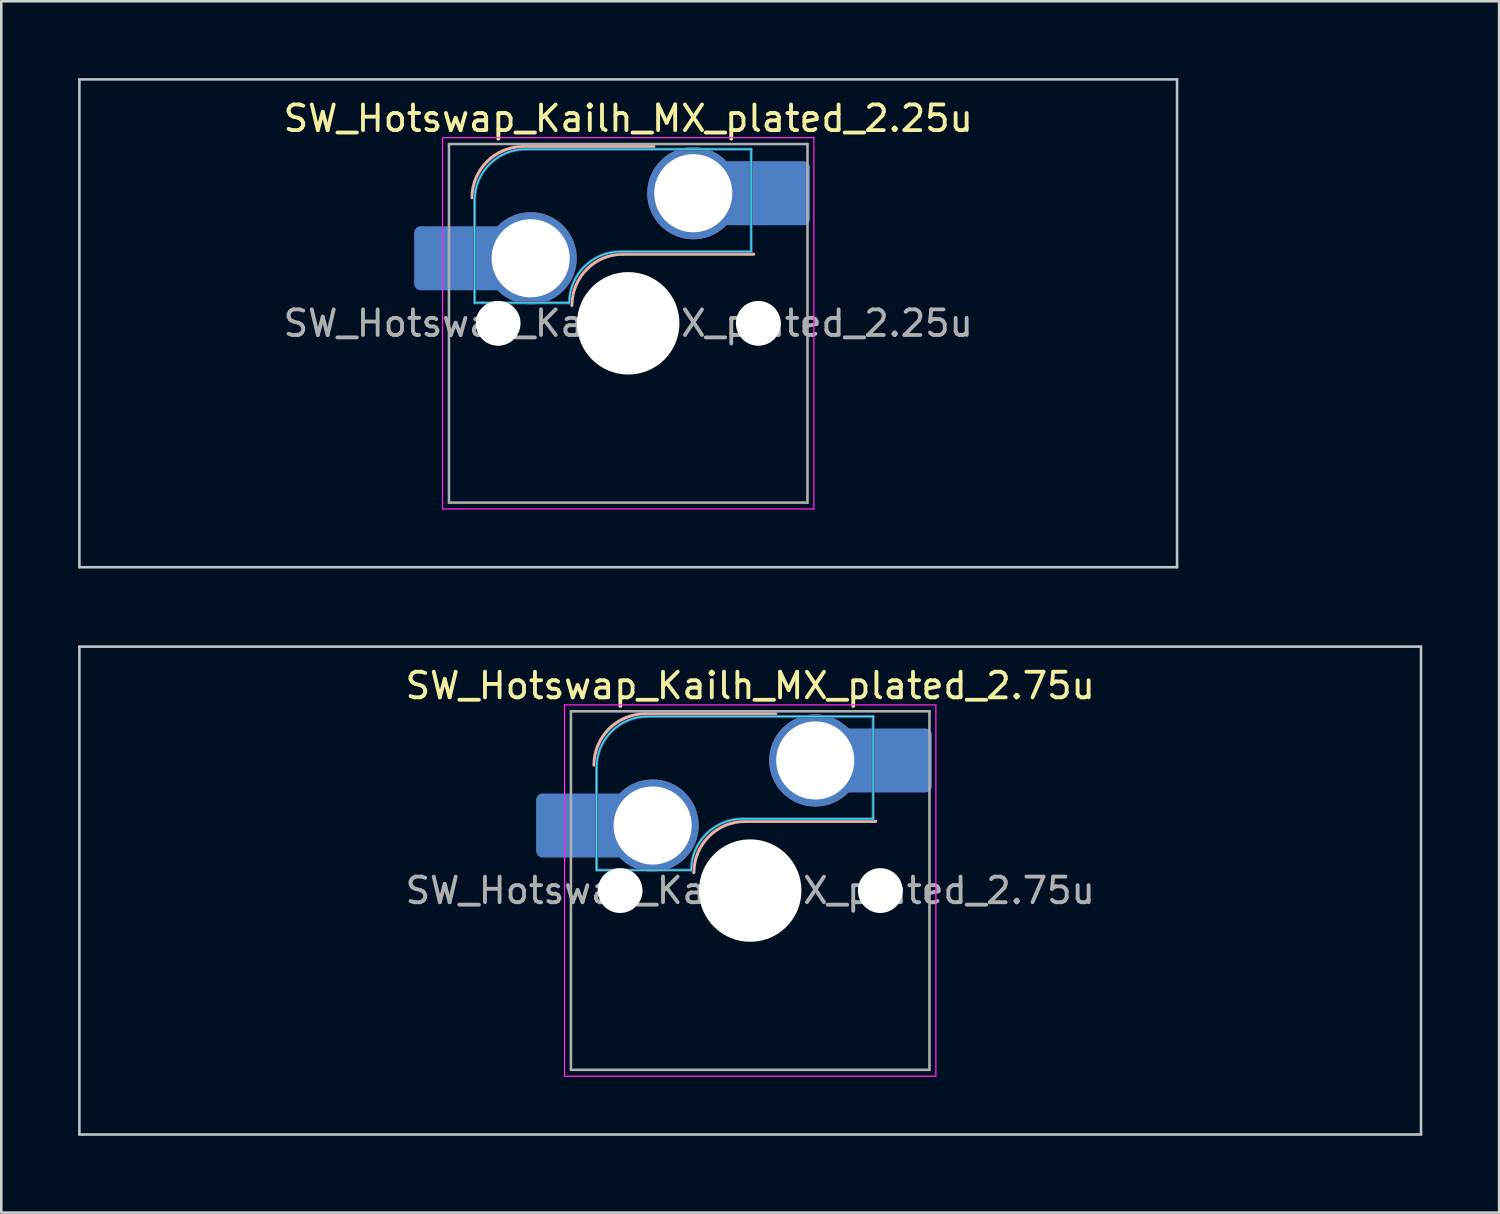
<source format=kicad_pcb>
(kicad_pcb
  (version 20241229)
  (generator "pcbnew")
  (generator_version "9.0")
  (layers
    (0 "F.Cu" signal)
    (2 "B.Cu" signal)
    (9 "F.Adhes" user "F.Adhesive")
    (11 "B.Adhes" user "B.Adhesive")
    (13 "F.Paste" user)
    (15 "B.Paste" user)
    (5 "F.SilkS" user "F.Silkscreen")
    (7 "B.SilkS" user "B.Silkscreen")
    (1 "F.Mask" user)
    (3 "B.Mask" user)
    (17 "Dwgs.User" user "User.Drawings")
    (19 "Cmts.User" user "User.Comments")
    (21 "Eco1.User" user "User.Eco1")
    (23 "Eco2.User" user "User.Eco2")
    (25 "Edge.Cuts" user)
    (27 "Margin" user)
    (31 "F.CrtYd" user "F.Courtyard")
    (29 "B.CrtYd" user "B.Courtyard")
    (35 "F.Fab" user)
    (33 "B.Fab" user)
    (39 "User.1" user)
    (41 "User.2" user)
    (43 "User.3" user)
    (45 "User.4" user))
  (footprint "SW_Hotswap_Kailh_MX_plated_2.25u"
    (layer "F.Cu")
    (at 21.481 9.575)
    (property "Reference" "SW_Hotswap_Kailh_MX_plated_2.25u" (at 0 -8 0) (layer "F.SilkS") (effects (font (size 1 1) (thickness 0.15))))
    (attr smd)
    (fp_line (start -4.1 -6.9) (end 1 -6.9) (stroke (width 0.12) (type solid)) (layer "B.SilkS"))
    (fp_line (start -0.2 -2.7) (end 4.9 -2.7) (stroke (width 0.12) (type solid)) (layer "B.SilkS"))
    (fp_arc (start -6.1 -4.9) (mid -5.514214 -6.314214) (end -4.1 -6.9) (stroke (width 0.12) (type solid)) (layer "B.SilkS"))
    (fp_arc (start -2.2 -0.7) (mid -1.614214 -2.114214) (end -0.2 -2.7) (stroke (width 0.12) (type solid)) (layer "B.SilkS"))
    (fp_line (start -21.431 -9.525) (end -21.431 9.525) (stroke (width 0.1) (type solid)) (layer "Dwgs.User"))
    (fp_line (start -21.431 9.525) (end 21.431 9.525) (stroke (width 0.1) (type solid)) (layer "Dwgs.User"))
    (fp_line (start 21.431 -9.525) (end -21.431 -9.525) (stroke (width 0.1) (type solid)) (layer "Dwgs.User"))
    (fp_line (start 21.431 9.525) (end 21.431 -9.525) (stroke (width 0.1) (type solid)) (layer "Dwgs.User"))
    (fp_line (start -7.8 -6) (end -7 -6) (stroke (width 0.1) (type solid)) (layer "Eco1.User"))
    (fp_line (start -7.8 -2.9) (end -7.8 -6) (stroke (width 0.1) (type solid)) (layer "Eco1.User"))
    (fp_line (start -7.8 2.9) (end -7 2.9) (stroke (width 0.1) (type solid)) (layer "Eco1.User"))
    (fp_line (start -7.8 6) (end -7.8 2.9) (stroke (width 0.1) (type solid)) (layer "Eco1.User"))
    (fp_line (start -7 -7) (end 7 -7) (stroke (width 0.1) (type solid)) (layer "Eco1.User"))
    (fp_line (start -7 -6) (end -7 -7) (stroke (width 0.1) (type solid)) (layer "Eco1.User"))
    (fp_line (start -7 -2.9) (end -7.8 -2.9) (stroke (width 0.1) (type solid)) (layer "Eco1.User"))
    (fp_line (start -7 2.9) (end -7 -2.9) (stroke (width 0.1) (type solid)) (layer "Eco1.User"))
    (fp_line (start -7 6) (end -7.8 6) (stroke (width 0.1) (type solid)) (layer "Eco1.User"))
    (fp_line (start -7 7) (end -7 6) (stroke (width 0.1) (type solid)) (layer "Eco1.User"))
    (fp_line (start 7 -7) (end 7 -6) (stroke (width 0.1) (type solid)) (layer "Eco1.User"))
    (fp_line (start 7 -6) (end 7.8 -6) (stroke (width 0.1) (type solid)) (layer "Eco1.User"))
    (fp_line (start 7 -2.9) (end 7 2.9) (stroke (width 0.1) (type solid)) (layer "Eco1.User"))
    (fp_line (start 7 2.9) (end 7.8 2.9) (stroke (width 0.1) (type solid)) (layer "Eco1.User"))
    (fp_line (start 7 6) (end 7 7) (stroke (width 0.1) (type solid)) (layer "Eco1.User"))
    (fp_line (start 7 7) (end -7 7) (stroke (width 0.1) (type solid)) (layer "Eco1.User"))
    (fp_line (start 7.8 -6) (end 7.8 -2.9) (stroke (width 0.1) (type solid)) (layer "Eco1.User"))
    (fp_line (start 7.8 -2.9) (end 7 -2.9) (stroke (width 0.1) (type solid)) (layer "Eco1.User"))
    (fp_line (start 7.8 2.9) (end 7.8 6) (stroke (width 0.1) (type solid)) (layer "Eco1.User"))
    (fp_line (start 7.8 6) (end 7 6) (stroke (width 0.1) (type solid)) (layer "Eco1.User"))
    (fp_line (start -6 -0.8) (end -6 -4.8) (stroke (width 0.05) (type solid)) (layer "B.CrtYd"))
    (fp_line (start -6 -0.8) (end -2.3 -0.8) (stroke (width 0.05) (type solid)) (layer "B.CrtYd"))
    (fp_line (start -4 -6.8) (end 4.8 -6.8) (stroke (width 0.05) (type solid)) (layer "B.CrtYd"))
    (fp_line (start -0.3 -2.8) (end 4.8 -2.8) (stroke (width 0.05) (type solid)) (layer "B.CrtYd"))
    (fp_line (start 4.8 -6.8) (end 4.8 -2.8) (stroke (width 0.05) (type solid)) (layer "B.CrtYd"))
    (fp_arc (start -6 -4.8) (mid -5.414214 -6.214214) (end -4 -6.8) (stroke (width 0.05) (type solid)) (layer "B.CrtYd"))
    (fp_arc (start -2.3 -0.8) (mid -1.714214 -2.214214) (end -0.3 -2.8) (stroke (width 0.05) (type solid)) (layer "B.CrtYd"))
    (fp_line (start -7.25 -7.25) (end -7.25 7.25) (stroke (width 0.05) (type solid)) (layer "F.CrtYd"))
    (fp_line (start -7.25 7.25) (end 7.25 7.25) (stroke (width 0.05) (type solid)) (layer "F.CrtYd"))
    (fp_line (start 7.25 -7.25) (end -7.25 -7.25) (stroke (width 0.05) (type solid)) (layer "F.CrtYd"))
    (fp_line (start 7.25 7.25) (end 7.25 -7.25) (stroke (width 0.05) (type solid)) (layer "F.CrtYd"))
    (fp_line (start -6 -0.8) (end -6 -4.8) (stroke (width 0.12) (type solid)) (layer "B.Fab"))
    (fp_line (start -6 -0.8) (end -2.3 -0.8) (stroke (width 0.12) (type solid)) (layer "B.Fab"))
    (fp_line (start -4 -6.8) (end 4.8 -6.8) (stroke (width 0.12) (type solid)) (layer "B.Fab"))
    (fp_line (start -0.3 -2.8) (end 4.8 -2.8) (stroke (width 0.12) (type solid)) (layer "B.Fab"))
    (fp_line (start 4.8 -6.8) (end 4.8 -2.8) (stroke (width 0.12) (type solid)) (layer "B.Fab"))
    (fp_arc (start -6 -4.8) (mid -5.414214 -6.214214) (end -4 -6.8) (stroke (width 0.12) (type solid)) (layer "B.Fab"))
    (fp_arc (start -2.3 -0.8) (mid -1.714214 -2.214214) (end -0.3 -2.8) (stroke (width 0.12) (type solid)) (layer "B.Fab"))
    (fp_line (start -7 -7) (end -7 7) (stroke (width 0.1) (type solid)) (layer "F.Fab"))
    (fp_line (start -7 7) (end 7 7) (stroke (width 0.1) (type solid)) (layer "F.Fab"))
    (fp_line (start 7 -7) (end -7 -7) (stroke (width 0.1) (type solid)) (layer "F.Fab"))
    (fp_line (start 7 7) (end 7 -7) (stroke (width 0.1) (type solid)) (layer "F.Fab"))
    (fp_text user "${REFERENCE}" (at 0 0 0) (layer "F.Fab") (effects (font (size 1 1) (thickness 0.15))))
    (pad "" smd roundrect (at -7.085 -2.54) (size 2.55 2.5) (layers "B.Mask" "B.Paste") (roundrect_rratio 0.1))
    (pad "" np_thru_hole circle (at -5.08 0) (size 1.75 1.75) (drill 1.75) (layers "*.Cu" "*.Mask"))
    (pad "" smd circle (at -3.81 -2.54) (size 3.1 3.1) (layers "F.Mask"))
    (pad "" np_thru_hole circle (at 0 0) (size 4 4) (drill 4) (layers "*.Cu" "*.Mask"))
    (pad "" smd circle (at 2.54 -5.08) (size 3.1 3.1) (layers "F.Mask"))
    (pad "" np_thru_hole circle (at 5.08 0) (size 1.75 1.75) (drill 1.75) (layers "*.Cu" "*.Mask"))
    (pad "" smd roundrect (at 5.842 -5.08) (size 2.55 2.5) (layers "B.Mask" "B.Paste") (roundrect_rratio 0.1))
    (pad "1" smd roundrect (at -6.585 -2.54) (size 3.55 2.5) (layers "B.Cu") (roundrect_rratio 0.1))
    (pad "1" thru_hole circle (at -3.81 -2.54) (size 3.6 3.6) (drill 3.05) (layers "*.Cu" "B.Mask"))
    (pad "2" thru_hole circle (at 2.54 -5.08) (size 3.6 3.6) (drill 3.05) (layers "*.Cu" "B.Mask"))
    (pad "2" smd roundrect (at 5.32 -5.08) (size 3.55 2.5) (layers "B.Cu") (roundrect_rratio 0.1)))
  (footprint "SW_Hotswap_Kailh_MX_plated_2.75u"
    (layer "F.Cu")
    (at 26.244 31.725)
    (property "Reference" "SW_Hotswap_Kailh_MX_plated_2.75u" (at 0 -8 0) (layer "F.SilkS") (effects (font (size 1 1) (thickness 0.15))))
    (attr smd)
    (fp_line (start -4.1 -6.9) (end 1 -6.9) (stroke (width 0.12) (type solid)) (layer "B.SilkS"))
    (fp_line (start -0.2 -2.7) (end 4.9 -2.7) (stroke (width 0.12) (type solid)) (layer "B.SilkS"))
    (fp_arc (start -6.1 -4.9) (mid -5.514214 -6.314214) (end -4.1 -6.9) (stroke (width 0.12) (type solid)) (layer "B.SilkS"))
    (fp_arc (start -2.2 -0.7) (mid -1.614214 -2.114214) (end -0.2 -2.7) (stroke (width 0.12) (type solid)) (layer "B.SilkS"))
    (fp_line (start -26.194 -9.525) (end -26.194 9.525) (stroke (width 0.1) (type solid)) (layer "Dwgs.User"))
    (fp_line (start -26.194 9.525) (end 26.194 9.525) (stroke (width 0.1) (type solid)) (layer "Dwgs.User"))
    (fp_line (start 26.194 -9.525) (end -26.194 -9.525) (stroke (width 0.1) (type solid)) (layer "Dwgs.User"))
    (fp_line (start 26.194 9.525) (end 26.194 -9.525) (stroke (width 0.1) (type solid)) (layer "Dwgs.User"))
    (fp_line (start -7.8 -6) (end -7 -6) (stroke (width 0.1) (type solid)) (layer "Eco1.User"))
    (fp_line (start -7.8 -2.9) (end -7.8 -6) (stroke (width 0.1) (type solid)) (layer "Eco1.User"))
    (fp_line (start -7.8 2.9) (end -7 2.9) (stroke (width 0.1) (type solid)) (layer "Eco1.User"))
    (fp_line (start -7.8 6) (end -7.8 2.9) (stroke (width 0.1) (type solid)) (layer "Eco1.User"))
    (fp_line (start -7 -7) (end 7 -7) (stroke (width 0.1) (type solid)) (layer "Eco1.User"))
    (fp_line (start -7 -6) (end -7 -7) (stroke (width 0.1) (type solid)) (layer "Eco1.User"))
    (fp_line (start -7 -2.9) (end -7.8 -2.9) (stroke (width 0.1) (type solid)) (layer "Eco1.User"))
    (fp_line (start -7 2.9) (end -7 -2.9) (stroke (width 0.1) (type solid)) (layer "Eco1.User"))
    (fp_line (start -7 6) (end -7.8 6) (stroke (width 0.1) (type solid)) (layer "Eco1.User"))
    (fp_line (start -7 7) (end -7 6) (stroke (width 0.1) (type solid)) (layer "Eco1.User"))
    (fp_line (start 7 -7) (end 7 -6) (stroke (width 0.1) (type solid)) (layer "Eco1.User"))
    (fp_line (start 7 -6) (end 7.8 -6) (stroke (width 0.1) (type solid)) (layer "Eco1.User"))
    (fp_line (start 7 -2.9) (end 7 2.9) (stroke (width 0.1) (type solid)) (layer "Eco1.User"))
    (fp_line (start 7 2.9) (end 7.8 2.9) (stroke (width 0.1) (type solid)) (layer "Eco1.User"))
    (fp_line (start 7 6) (end 7 7) (stroke (width 0.1) (type solid)) (layer "Eco1.User"))
    (fp_line (start 7 7) (end -7 7) (stroke (width 0.1) (type solid)) (layer "Eco1.User"))
    (fp_line (start 7.8 -6) (end 7.8 -2.9) (stroke (width 0.1) (type solid)) (layer "Eco1.User"))
    (fp_line (start 7.8 -2.9) (end 7 -2.9) (stroke (width 0.1) (type solid)) (layer "Eco1.User"))
    (fp_line (start 7.8 2.9) (end 7.8 6) (stroke (width 0.1) (type solid)) (layer "Eco1.User"))
    (fp_line (start 7.8 6) (end 7 6) (stroke (width 0.1) (type solid)) (layer "Eco1.User"))
    (fp_line (start -6 -0.8) (end -6 -4.8) (stroke (width 0.05) (type solid)) (layer "B.CrtYd"))
    (fp_line (start -6 -0.8) (end -2.3 -0.8) (stroke (width 0.05) (type solid)) (layer "B.CrtYd"))
    (fp_line (start -4 -6.8) (end 4.8 -6.8) (stroke (width 0.05) (type solid)) (layer "B.CrtYd"))
    (fp_line (start -0.3 -2.8) (end 4.8 -2.8) (stroke (width 0.05) (type solid)) (layer "B.CrtYd"))
    (fp_line (start 4.8 -6.8) (end 4.8 -2.8) (stroke (width 0.05) (type solid)) (layer "B.CrtYd"))
    (fp_arc (start -6 -4.8) (mid -5.414214 -6.214214) (end -4 -6.8) (stroke (width 0.05) (type solid)) (layer "B.CrtYd"))
    (fp_arc (start -2.3 -0.8) (mid -1.714214 -2.214214) (end -0.3 -2.8) (stroke (width 0.05) (type solid)) (layer "B.CrtYd"))
    (fp_line (start -7.25 -7.25) (end -7.25 7.25) (stroke (width 0.05) (type solid)) (layer "F.CrtYd"))
    (fp_line (start -7.25 7.25) (end 7.25 7.25) (stroke (width 0.05) (type solid)) (layer "F.CrtYd"))
    (fp_line (start 7.25 -7.25) (end -7.25 -7.25) (stroke (width 0.05) (type solid)) (layer "F.CrtYd"))
    (fp_line (start 7.25 7.25) (end 7.25 -7.25) (stroke (width 0.05) (type solid)) (layer "F.CrtYd"))
    (fp_line (start -6 -0.8) (end -6 -4.8) (stroke (width 0.12) (type solid)) (layer "B.Fab"))
    (fp_line (start -6 -0.8) (end -2.3 -0.8) (stroke (width 0.12) (type solid)) (layer "B.Fab"))
    (fp_line (start -4 -6.8) (end 4.8 -6.8) (stroke (width 0.12) (type solid)) (layer "B.Fab"))
    (fp_line (start -0.3 -2.8) (end 4.8 -2.8) (stroke (width 0.12) (type solid)) (layer "B.Fab"))
    (fp_line (start 4.8 -6.8) (end 4.8 -2.8) (stroke (width 0.12) (type solid)) (layer "B.Fab"))
    (fp_arc (start -6 -4.8) (mid -5.414214 -6.214214) (end -4 -6.8) (stroke (width 0.12) (type solid)) (layer "B.Fab"))
    (fp_arc (start -2.3 -0.8) (mid -1.714214 -2.214214) (end -0.3 -2.8) (stroke (width 0.12) (type solid)) (layer "B.Fab"))
    (fp_line (start -7 -7) (end -7 7) (stroke (width 0.1) (type solid)) (layer "F.Fab"))
    (fp_line (start -7 7) (end 7 7) (stroke (width 0.1) (type solid)) (layer "F.Fab"))
    (fp_line (start 7 -7) (end -7 -7) (stroke (width 0.1) (type solid)) (layer "F.Fab"))
    (fp_line (start 7 7) (end 7 -7) (stroke (width 0.1) (type solid)) (layer "F.Fab"))
    (fp_text user "${REFERENCE}" (at 0 0 0) (layer "F.Fab") (effects (font (size 1 1) (thickness 0.15))))
    (pad "" smd roundrect (at -7.085 -2.54) (size 2.55 2.5) (layers "B.Mask" "B.Paste") (roundrect_rratio 0.1))
    (pad "" np_thru_hole circle (at -5.08 0) (size 1.75 1.75) (drill 1.75) (layers "*.Cu" "*.Mask"))
    (pad "" smd circle (at -3.81 -2.54) (size 3.1 3.1) (layers "F.Mask"))
    (pad "" np_thru_hole circle (at 0 0) (size 4 4) (drill 4) (layers "*.Cu" "*.Mask"))
    (pad "" smd circle (at 2.54 -5.08) (size 3.1 3.1) (layers "F.Mask"))
    (pad "" np_thru_hole circle (at 5.08 0) (size 1.75 1.75) (drill 1.75) (layers "*.Cu" "*.Mask"))
    (pad "" smd roundrect (at 5.842 -5.08) (size 2.55 2.5) (layers "B.Mask" "B.Paste") (roundrect_rratio 0.1))
    (pad "1" smd roundrect (at -6.585 -2.54) (size 3.55 2.5) (layers "B.Cu") (roundrect_rratio 0.1))
    (pad "1" thru_hole circle (at -3.81 -2.54) (size 3.6 3.6) (drill 3.05) (layers "*.Cu" "B.Mask"))
    (pad "2" thru_hole circle (at 2.54 -5.08) (size 3.6 3.6) (drill 3.05) (layers "*.Cu" "B.Mask"))
    (pad "2" smd roundrect (at 5.32 -5.08) (size 3.55 2.5) (layers "B.Cu") (roundrect_rratio 0.1)))
  (gr_rect
    (start -3 -3)
    (end 55.487 44.3)
    (stroke (width 0.1) (type default))
    (fill no)
    (layer "Edge.Cuts")))
</source>
